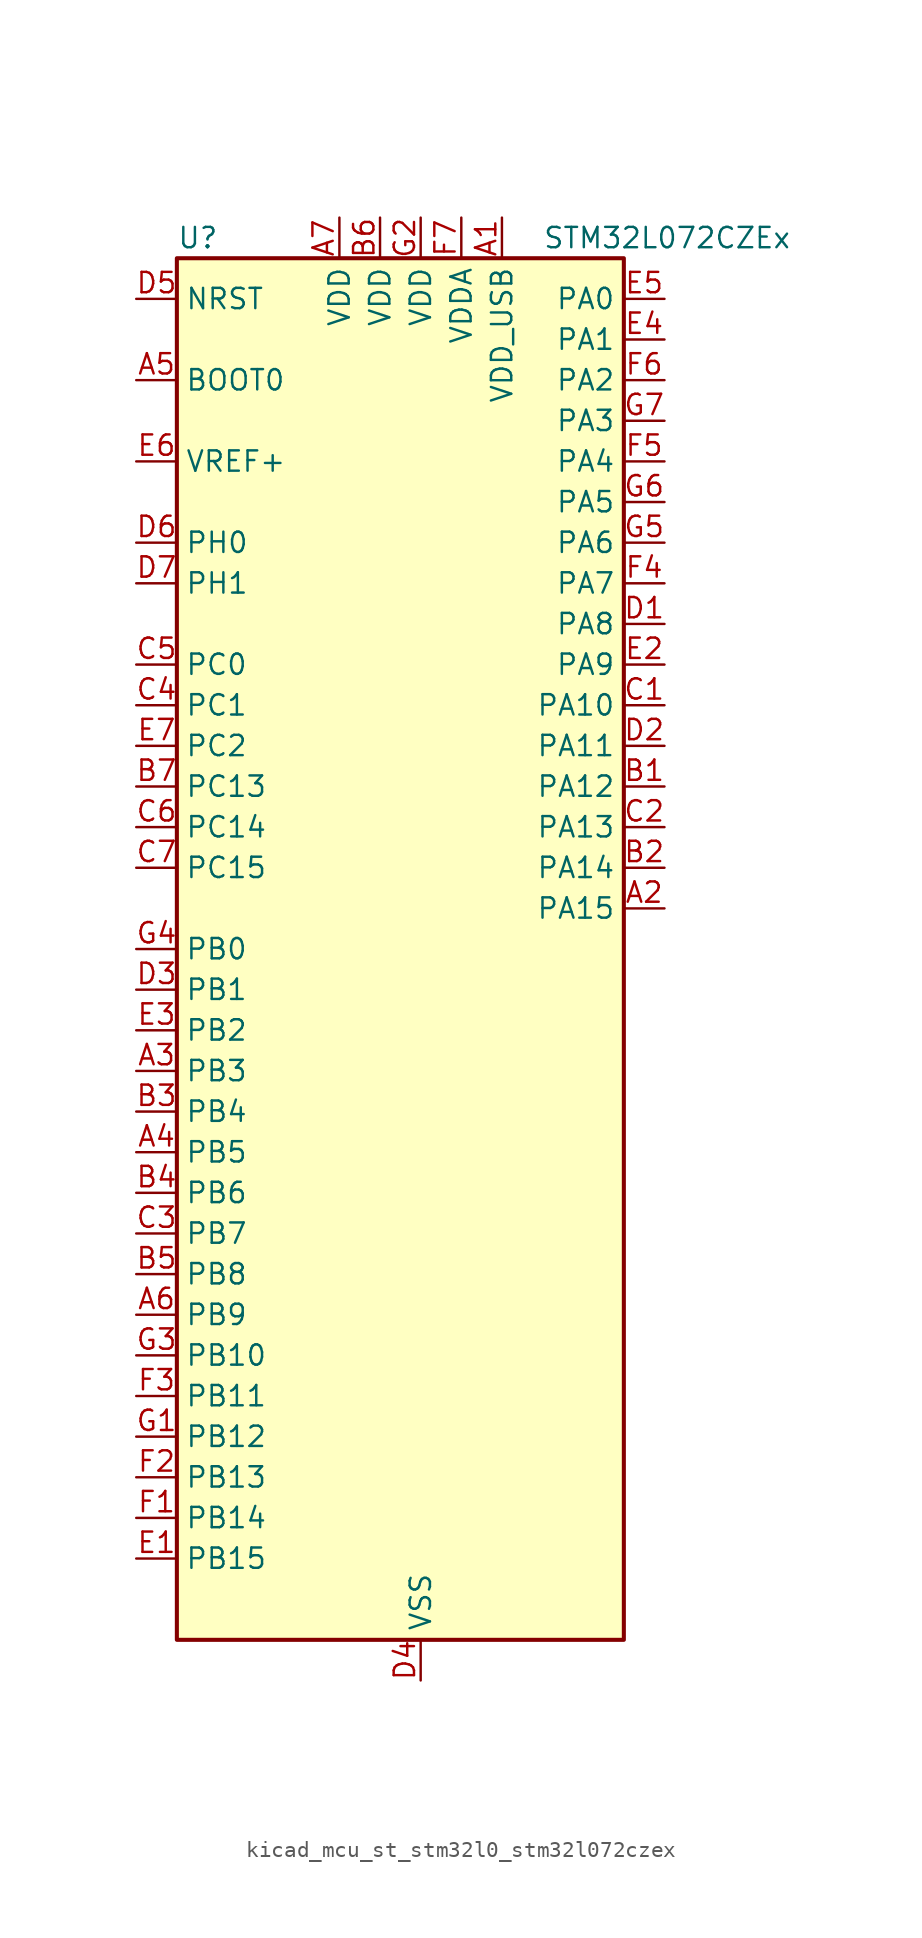
<source format=kicad_sym>
(kicad_symbol_lib
  (version 20220914)
  (generator kicad_symbol_editor)
  (symbol "kicad_mcu_st_stm32l0_stm32l072czex"
    (property "Reference" "U"
      (at -12.7 44.45 0)
      (effects (font (size 1.27 1.27)) (justify left)))
    (property "Value" "STM32L072CZEx"
      (at 10.16 44.45 0)
      (effects (font (size 1.27 1.27)) (justify left)))
    (property "ki_locked" ""
      (at 0 0 0)
      (effects (font (size 1.27 1.27))))
    (symbol "kicad_mcu_st_stm32l0_stm32l072czex_0_1"
      (rectangle (start -12.7 -43.18) (end 15.24 43.18) (stroke (width 0.254) (type default)) (fill (type background))))
    (symbol "kicad_mcu_st_stm32l0_stm32l072czex_1_1"
      (pin power_in line (at 7.62 45.72 270) (length 2.54) (name "VDD_USB" (effects (font (size 1.27 1.27)))) (number "A1" (effects (font (size 1.27 1.27)))))
      (pin bidirectional line (at 17.78 2.54 180) (length 2.54) (name "PA15" (effects (font (size 1.27 1.27)))) (number "A2" (effects (font (size 1.27 1.27)))) (alternate "SPI1_NSS" bidirectional line) (alternate "TIM2_CH1" bidirectional line) (alternate "TIM2_ETR" bidirectional line) (alternate "USART2_RX" bidirectional line) (alternate "USART4_DE" bidirectional line) (alternate "USART4_RTS" bidirectional line))
      (pin bidirectional line (at -15.24 -7.62 0) (length 2.54) (name "PB3" (effects (font (size 1.27 1.27)))) (number "A3" (effects (font (size 1.27 1.27)))) (alternate "COMP2_INM" bidirectional line) (alternate "SPI1_SCK" bidirectional line) (alternate "TIM2_CH2" bidirectional line) (alternate "TSC_G5_IO1" bidirectional line) (alternate "USART1_DE" bidirectional line) (alternate "USART1_RTS" bidirectional line) (alternate "USART5_TX" bidirectional line))
      (pin bidirectional line (at -15.24 -12.7 0) (length 2.54) (name "PB5" (effects (font (size 1.27 1.27)))) (number "A4" (effects (font (size 1.27 1.27)))) (alternate "COMP2_INP" bidirectional line) (alternate "I2C1_SMBA" bidirectional line) (alternate "LPTIM1_IN1" bidirectional line) (alternate "SPI1_MOSI" bidirectional line) (alternate "TIM22_CH2" bidirectional line) (alternate "TIM3_CH2" bidirectional line) (alternate "USART1_CK" bidirectional line) (alternate "USART5_CK" bidirectional line) (alternate "USART5_DE" bidirectional line) (alternate "USART5_RTS" bidirectional line))
      (pin input line (at -15.24 35.56 0) (length 2.54) (name "BOOT0" (effects (font (size 1.27 1.27)))) (number "A5" (effects (font (size 1.27 1.27)))))
      (pin bidirectional line (at -15.24 -22.86 0) (length 2.54) (name "PB9" (effects (font (size 1.27 1.27)))) (number "A6" (effects (font (size 1.27 1.27)))) (alternate "DAC_EXTI9" bidirectional line) (alternate "I2C1_SDA" bidirectional line) (alternate "I2S2_WS" bidirectional line) (alternate "SPI2_NSS" bidirectional line))
      (pin power_in line (at -2.54 45.72 270) (length 2.54) (name "VDD" (effects (font (size 1.27 1.27)))) (number "A7" (effects (font (size 1.27 1.27)))))
      (pin bidirectional line (at 17.78 10.16 180) (length 2.54) (name "PA12" (effects (font (size 1.27 1.27)))) (number "B1" (effects (font (size 1.27 1.27)))) (alternate "COMP2_OUT" bidirectional line) (alternate "SPI1_MOSI" bidirectional line) (alternate "TSC_G4_IO4" bidirectional line) (alternate "USART1_DE" bidirectional line) (alternate "USART1_RTS" bidirectional line) (alternate "USB_DP" bidirectional line))
      (pin bidirectional line (at 17.78 5.08 180) (length 2.54) (name "PA14" (effects (font (size 1.27 1.27)))) (number "B2" (effects (font (size 1.27 1.27)))) (alternate "LPUART1_TX" bidirectional line) (alternate "SYS_SWCLK" bidirectional line) (alternate "USART2_TX" bidirectional line))
      (pin bidirectional line (at -15.24 -10.16 0) (length 2.54) (name "PB4" (effects (font (size 1.27 1.27)))) (number "B3" (effects (font (size 1.27 1.27)))) (alternate "COMP2_INP" bidirectional line) (alternate "I2C3_SDA" bidirectional line) (alternate "SPI1_MISO" bidirectional line) (alternate "TIM22_CH1" bidirectional line) (alternate "TIM3_CH1" bidirectional line) (alternate "TSC_G5_IO2" bidirectional line) (alternate "USART1_CTS" bidirectional line) (alternate "USART5_RX" bidirectional line))
      (pin bidirectional line (at -15.24 -15.24 0) (length 2.54) (name "PB6" (effects (font (size 1.27 1.27)))) (number "B4" (effects (font (size 1.27 1.27)))) (alternate "COMP2_INP" bidirectional line) (alternate "I2C1_SCL" bidirectional line) (alternate "LPTIM1_ETR" bidirectional line) (alternate "TSC_G5_IO3" bidirectional line) (alternate "USART1_TX" bidirectional line))
      (pin bidirectional line (at -15.24 -20.32 0) (length 2.54) (name "PB8" (effects (font (size 1.27 1.27)))) (number "B5" (effects (font (size 1.27 1.27)))) (alternate "I2C1_SCL" bidirectional line) (alternate "TSC_SYNC" bidirectional line))
      (pin power_in line (at 0 45.72 270) (length 2.54) (name "VDD" (effects (font (size 1.27 1.27)))) (number "B6" (effects (font (size 1.27 1.27)))))
      (pin bidirectional line (at -15.24 10.16 0) (length 2.54) (name "PC13" (effects (font (size 1.27 1.27)))) (number "B7" (effects (font (size 1.27 1.27)))) (alternate "RTC_OUT_ALARM" bidirectional line) (alternate "RTC_OUT_CALIB" bidirectional line) (alternate "RTC_TAMP1" bidirectional line) (alternate "RTC_TS" bidirectional line) (alternate "SYS_WKUP2" bidirectional line))
      (pin bidirectional line (at 17.78 15.24 180) (length 2.54) (name "PA10" (effects (font (size 1.27 1.27)))) (number "C1" (effects (font (size 1.27 1.27)))) (alternate "I2C1_SDA" bidirectional line) (alternate "TSC_G4_IO2" bidirectional line) (alternate "USART1_RX" bidirectional line))
      (pin bidirectional line (at 17.78 7.62 180) (length 2.54) (name "PA13" (effects (font (size 1.27 1.27)))) (number "C2" (effects (font (size 1.27 1.27)))) (alternate "LPUART1_RX" bidirectional line) (alternate "SYS_SWDIO" bidirectional line) (alternate "USB_NOE" bidirectional line))
      (pin bidirectional line (at -15.24 -17.78 0) (length 2.54) (name "PB7" (effects (font (size 1.27 1.27)))) (number "C3" (effects (font (size 1.27 1.27)))) (alternate "COMP2_INP" bidirectional line) (alternate "I2C1_SDA" bidirectional line) (alternate "LPTIM1_IN2" bidirectional line) (alternate "SYS_PVD_IN" bidirectional line) (alternate "TSC_G5_IO4" bidirectional line) (alternate "USART1_RX" bidirectional line) (alternate "USART4_CTS" bidirectional line))
      (pin bidirectional line (at -15.24 15.24 0) (length 2.54) (name "PC1" (effects (font (size 1.27 1.27)))) (number "C4" (effects (font (size 1.27 1.27)))) (alternate "ADC_IN11" bidirectional line) (alternate "I2C3_SDA" bidirectional line) (alternate "LPTIM1_OUT" bidirectional line) (alternate "LPUART1_TX" bidirectional line) (alternate "TSC_G7_IO2" bidirectional line))
      (pin bidirectional line (at -15.24 17.78 0) (length 2.54) (name "PC0" (effects (font (size 1.27 1.27)))) (number "C5" (effects (font (size 1.27 1.27)))) (alternate "ADC_IN10" bidirectional line) (alternate "I2C3_SCL" bidirectional line) (alternate "LPTIM1_IN1" bidirectional line) (alternate "LPUART1_RX" bidirectional line) (alternate "TSC_G7_IO1" bidirectional line))
      (pin bidirectional line (at -15.24 7.62 0) (length 2.54) (name "PC14" (effects (font (size 1.27 1.27)))) (number "C6" (effects (font (size 1.27 1.27)))) (alternate "RCC_OSC32_IN" bidirectional line))
      (pin bidirectional line (at -15.24 5.08 0) (length 2.54) (name "PC15" (effects (font (size 1.27 1.27)))) (number "C7" (effects (font (size 1.27 1.27)))) (alternate "RCC_OSC32_OUT" bidirectional line))
      (pin bidirectional line (at 17.78 20.32 180) (length 2.54) (name "PA8" (effects (font (size 1.27 1.27)))) (number "D1" (effects (font (size 1.27 1.27)))) (alternate "CRS_SYNC" bidirectional line) (alternate "I2C3_SCL" bidirectional line) (alternate "RCC_MCO" bidirectional line) (alternate "USART1_CK" bidirectional line))
      (pin bidirectional line (at 17.78 12.7 180) (length 2.54) (name "PA11" (effects (font (size 1.27 1.27)))) (number "D2" (effects (font (size 1.27 1.27)))) (alternate "ADC_EXTI11" bidirectional line) (alternate "COMP1_OUT" bidirectional line) (alternate "SPI1_MISO" bidirectional line) (alternate "TSC_G4_IO3" bidirectional line) (alternate "USART1_CTS" bidirectional line) (alternate "USB_DM" bidirectional line))
      (pin bidirectional line (at -15.24 -2.54 0) (length 2.54) (name "PB1" (effects (font (size 1.27 1.27)))) (number "D3" (effects (font (size 1.27 1.27)))) (alternate "ADC_IN9" bidirectional line) (alternate "LPUART1_DE" bidirectional line) (alternate "LPUART1_RTS" bidirectional line) (alternate "SYS_VREF_OUT_PB1" bidirectional line) (alternate "TIM3_CH4" bidirectional line) (alternate "TSC_G3_IO3" bidirectional line))
      (pin power_in line (at 2.54 -45.72 90) (length 2.54) (name "VSS" (effects (font (size 1.27 1.27)))) (number "D4" (effects (font (size 1.27 1.27)))))
      (pin input line (at -15.24 40.64 0) (length 2.54) (name "NRST" (effects (font (size 1.27 1.27)))) (number "D5" (effects (font (size 1.27 1.27)))))
      (pin bidirectional line (at -15.24 25.4 0) (length 2.54) (name "PH0" (effects (font (size 1.27 1.27)))) (number "D6" (effects (font (size 1.27 1.27)))) (alternate "CRS_SYNC" bidirectional line) (alternate "RCC_OSC_IN" bidirectional line))
      (pin bidirectional line (at -15.24 22.86 0) (length 2.54) (name "PH1" (effects (font (size 1.27 1.27)))) (number "D7" (effects (font (size 1.27 1.27)))) (alternate "RCC_OSC_OUT" bidirectional line))
      (pin bidirectional line (at -15.24 -38.1 0) (length 2.54) (name "PB15" (effects (font (size 1.27 1.27)))) (number "E1" (effects (font (size 1.27 1.27)))) (alternate "I2S2_SD" bidirectional line) (alternate "RTC_REFIN" bidirectional line) (alternate "SPI2_MOSI" bidirectional line))
      (pin bidirectional line (at 17.78 17.78 180) (length 2.54) (name "PA9" (effects (font (size 1.27 1.27)))) (number "E2" (effects (font (size 1.27 1.27)))) (alternate "DAC_EXTI9" bidirectional line) (alternate "I2C1_SCL" bidirectional line) (alternate "I2C3_SMBA" bidirectional line) (alternate "RCC_MCO" bidirectional line) (alternate "TSC_G4_IO1" bidirectional line) (alternate "USART1_TX" bidirectional line))
      (pin bidirectional line (at -15.24 -5.08 0) (length 2.54) (name "PB2" (effects (font (size 1.27 1.27)))) (number "E3" (effects (font (size 1.27 1.27)))) (alternate "I2C3_SMBA" bidirectional line) (alternate "LPTIM1_OUT" bidirectional line) (alternate "TSC_G3_IO4" bidirectional line))
      (pin bidirectional line (at 17.78 38.1 180) (length 2.54) (name "PA1" (effects (font (size 1.27 1.27)))) (number "E4" (effects (font (size 1.27 1.27)))) (alternate "ADC_IN1" bidirectional line) (alternate "COMP1_INP" bidirectional line) (alternate "TIM21_ETR" bidirectional line) (alternate "TIM2_CH2" bidirectional line) (alternate "TSC_G1_IO2" bidirectional line) (alternate "USART2_DE" bidirectional line) (alternate "USART2_RTS" bidirectional line) (alternate "USART4_RX" bidirectional line))
      (pin bidirectional line (at 17.78 40.64 180) (length 2.54) (name "PA0" (effects (font (size 1.27 1.27)))) (number "E5" (effects (font (size 1.27 1.27)))) (alternate "ADC_IN0" bidirectional line) (alternate "COMP1_INM" bidirectional line) (alternate "COMP1_OUT" bidirectional line) (alternate "RTC_TAMP2" bidirectional line) (alternate "SYS_WKUP1" bidirectional line) (alternate "TIM2_CH1" bidirectional line) (alternate "TIM2_ETR" bidirectional line) (alternate "TSC_G1_IO1" bidirectional line) (alternate "USART2_CTS" bidirectional line) (alternate "USART4_TX" bidirectional line))
      (pin input line (at -15.24 30.48 0) (length 2.54) (name "VREF+" (effects (font (size 1.27 1.27)))) (number "E6" (effects (font (size 1.27 1.27)))))
      (pin bidirectional line (at -15.24 12.7 0) (length 2.54) (name "PC2" (effects (font (size 1.27 1.27)))) (number "E7" (effects (font (size 1.27 1.27)))) (alternate "ADC_IN12" bidirectional line) (alternate "I2S2_MCK" bidirectional line) (alternate "LPTIM1_IN2" bidirectional line) (alternate "SPI2_MISO" bidirectional line) (alternate "TSC_G7_IO3" bidirectional line))
      (pin bidirectional line (at -15.24 -35.56 0) (length 2.54) (name "PB14" (effects (font (size 1.27 1.27)))) (number "F1" (effects (font (size 1.27 1.27)))) (alternate "I2C2_SDA" bidirectional line) (alternate "I2S2_MCK" bidirectional line) (alternate "LPUART1_DE" bidirectional line) (alternate "LPUART1_RTS" bidirectional line) (alternate "RTC_OUT_ALARM" bidirectional line) (alternate "RTC_OUT_CALIB" bidirectional line) (alternate "SPI2_MISO" bidirectional line) (alternate "TIM21_CH2" bidirectional line) (alternate "TSC_G6_IO4" bidirectional line))
      (pin bidirectional line (at -15.24 -33.02 0) (length 2.54) (name "PB13" (effects (font (size 1.27 1.27)))) (number "F2" (effects (font (size 1.27 1.27)))) (alternate "I2C2_SCL" bidirectional line) (alternate "I2S2_CK" bidirectional line) (alternate "LPUART1_CTS" bidirectional line) (alternate "RCC_MCO" bidirectional line) (alternate "SPI2_SCK" bidirectional line) (alternate "TIM21_CH1" bidirectional line) (alternate "TSC_G6_IO3" bidirectional line))
      (pin bidirectional line (at -15.24 -27.94 0) (length 2.54) (name "PB11" (effects (font (size 1.27 1.27)))) (number "F3" (effects (font (size 1.27 1.27)))) (alternate "ADC_EXTI11" bidirectional line) (alternate "I2C2_SDA" bidirectional line) (alternate "LPUART1_RX" bidirectional line) (alternate "LPUART1_TX" bidirectional line) (alternate "TIM2_CH4" bidirectional line) (alternate "TSC_G6_IO1" bidirectional line))
      (pin bidirectional line (at 17.78 22.86 180) (length 2.54) (name "PA7" (effects (font (size 1.27 1.27)))) (number "F4" (effects (font (size 1.27 1.27)))) (alternate "ADC_IN7" bidirectional line) (alternate "COMP2_OUT" bidirectional line) (alternate "SPI1_MOSI" bidirectional line) (alternate "TIM22_CH2" bidirectional line) (alternate "TIM3_CH2" bidirectional line) (alternate "TSC_G2_IO4" bidirectional line))
      (pin bidirectional line (at 17.78 30.48 180) (length 2.54) (name "PA4" (effects (font (size 1.27 1.27)))) (number "F5" (effects (font (size 1.27 1.27)))) (alternate "ADC_IN4" bidirectional line) (alternate "COMP1_INM" bidirectional line) (alternate "COMP2_INM" bidirectional line) (alternate "DAC_OUT1" bidirectional line) (alternate "SPI1_NSS" bidirectional line) (alternate "TIM22_ETR" bidirectional line) (alternate "TSC_G2_IO1" bidirectional line) (alternate "USART2_CK" bidirectional line))
      (pin bidirectional line (at 17.78 35.56 180) (length 2.54) (name "PA2" (effects (font (size 1.27 1.27)))) (number "F6" (effects (font (size 1.27 1.27)))) (alternate "ADC_IN2" bidirectional line) (alternate "COMP2_INM" bidirectional line) (alternate "COMP2_OUT" bidirectional line) (alternate "LPUART1_TX" bidirectional line) (alternate "TIM21_CH1" bidirectional line) (alternate "TIM2_CH3" bidirectional line) (alternate "TSC_G1_IO3" bidirectional line) (alternate "USART2_TX" bidirectional line))
      (pin power_in line (at 5.08 45.72 270) (length 2.54) (name "VDDA" (effects (font (size 1.27 1.27)))) (number "F7" (effects (font (size 1.27 1.27)))))
      (pin bidirectional line (at -15.24 -30.48 0) (length 2.54) (name "PB12" (effects (font (size 1.27 1.27)))) (number "G1" (effects (font (size 1.27 1.27)))) (alternate "I2S2_WS" bidirectional line) (alternate "LPUART1_DE" bidirectional line) (alternate "LPUART1_RTS" bidirectional line) (alternate "SPI2_NSS" bidirectional line) (alternate "TSC_G6_IO2" bidirectional line))
      (pin power_in line (at 2.54 45.72 270) (length 2.54) (name "VDD" (effects (font (size 1.27 1.27)))) (number "G2" (effects (font (size 1.27 1.27)))))
      (pin bidirectional line (at -15.24 -25.4 0) (length 2.54) (name "PB10" (effects (font (size 1.27 1.27)))) (number "G3" (effects (font (size 1.27 1.27)))) (alternate "I2C2_SCL" bidirectional line) (alternate "LPUART1_RX" bidirectional line) (alternate "LPUART1_TX" bidirectional line) (alternate "SPI2_SCK" bidirectional line) (alternate "TIM2_CH3" bidirectional line) (alternate "TSC_SYNC" bidirectional line))
      (pin bidirectional line (at -15.24 0 0) (length 2.54) (name "PB0" (effects (font (size 1.27 1.27)))) (number "G4" (effects (font (size 1.27 1.27)))) (alternate "ADC_IN8" bidirectional line) (alternate "SYS_VREF_OUT_PB0" bidirectional line) (alternate "TIM3_CH3" bidirectional line) (alternate "TSC_G3_IO2" bidirectional line))
      (pin bidirectional line (at 17.78 25.4 180) (length 2.54) (name "PA6" (effects (font (size 1.27 1.27)))) (number "G5" (effects (font (size 1.27 1.27)))) (alternate "ADC_IN6" bidirectional line) (alternate "COMP1_OUT" bidirectional line) (alternate "LPUART1_CTS" bidirectional line) (alternate "SPI1_MISO" bidirectional line) (alternate "TIM22_CH1" bidirectional line) (alternate "TIM3_CH1" bidirectional line) (alternate "TSC_G2_IO3" bidirectional line))
      (pin bidirectional line (at 17.78 27.94 180) (length 2.54) (name "PA5" (effects (font (size 1.27 1.27)))) (number "G6" (effects (font (size 1.27 1.27)))) (alternate "ADC_IN5" bidirectional line) (alternate "COMP1_INM" bidirectional line) (alternate "COMP2_INM" bidirectional line) (alternate "DAC_OUT2" bidirectional line) (alternate "SPI1_SCK" bidirectional line) (alternate "TIM2_CH1" bidirectional line) (alternate "TIM2_ETR" bidirectional line) (alternate "TSC_G2_IO2" bidirectional line))
      (pin bidirectional line (at 17.78 33.02 180) (length 2.54) (name "PA3" (effects (font (size 1.27 1.27)))) (number "G7" (effects (font (size 1.27 1.27)))) (alternate "ADC_IN3" bidirectional line) (alternate "COMP2_INP" bidirectional line) (alternate "LPUART1_RX" bidirectional line) (alternate "TIM21_CH2" bidirectional line) (alternate "TIM2_CH4" bidirectional line) (alternate "TSC_G1_IO4" bidirectional line) (alternate "USART2_RX" bidirectional line)))))
</source>
